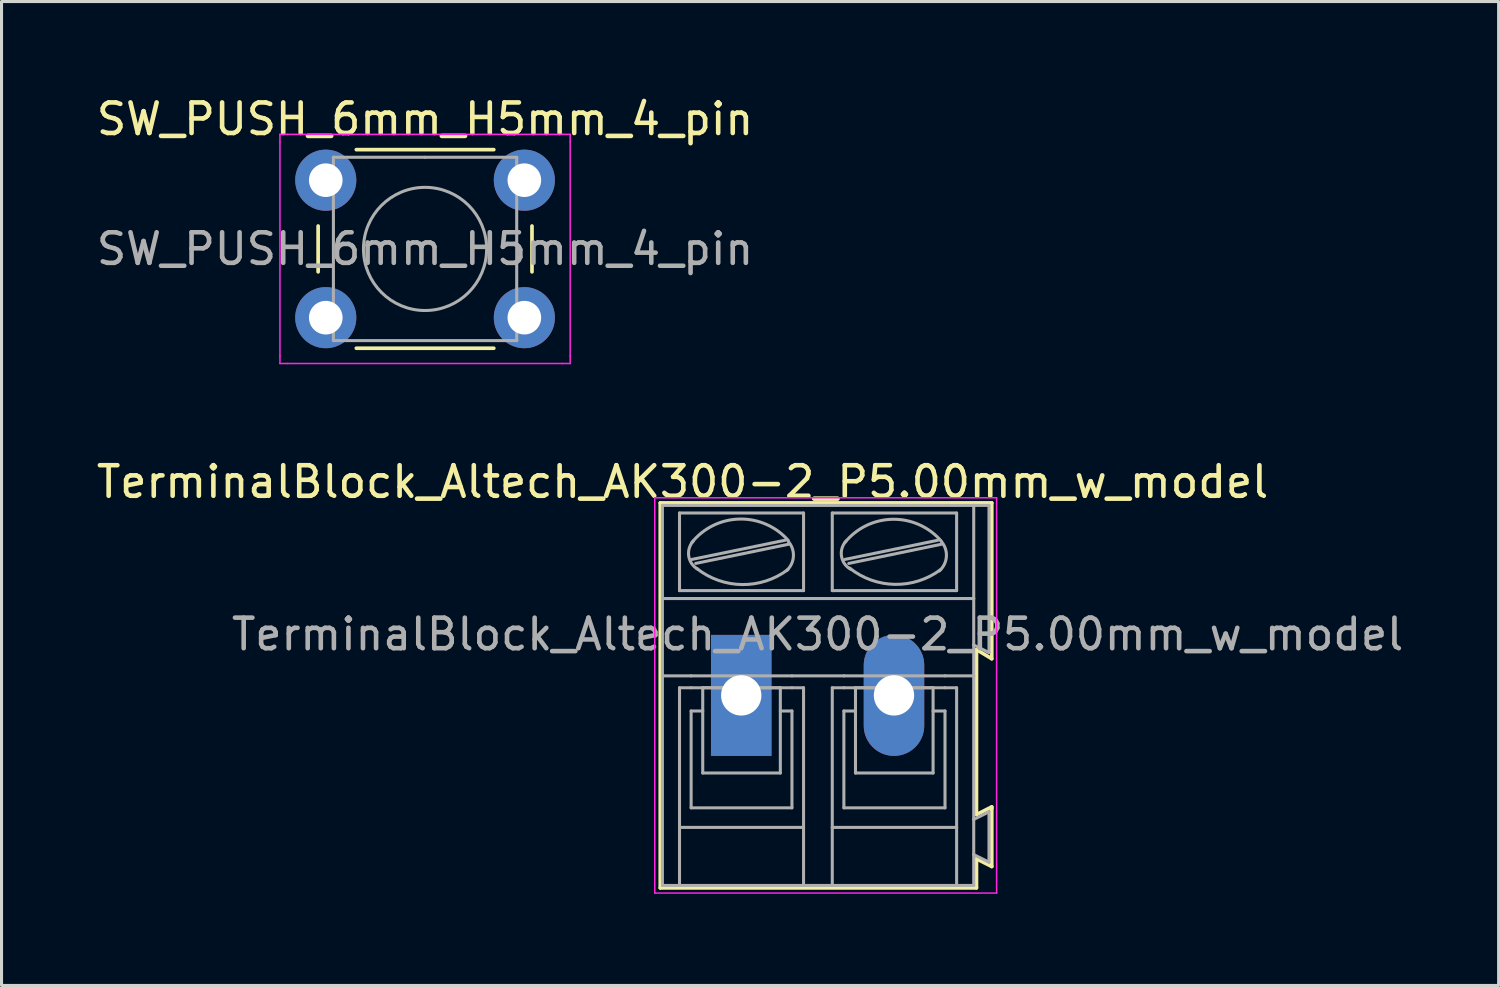
<source format=kicad_pcb>
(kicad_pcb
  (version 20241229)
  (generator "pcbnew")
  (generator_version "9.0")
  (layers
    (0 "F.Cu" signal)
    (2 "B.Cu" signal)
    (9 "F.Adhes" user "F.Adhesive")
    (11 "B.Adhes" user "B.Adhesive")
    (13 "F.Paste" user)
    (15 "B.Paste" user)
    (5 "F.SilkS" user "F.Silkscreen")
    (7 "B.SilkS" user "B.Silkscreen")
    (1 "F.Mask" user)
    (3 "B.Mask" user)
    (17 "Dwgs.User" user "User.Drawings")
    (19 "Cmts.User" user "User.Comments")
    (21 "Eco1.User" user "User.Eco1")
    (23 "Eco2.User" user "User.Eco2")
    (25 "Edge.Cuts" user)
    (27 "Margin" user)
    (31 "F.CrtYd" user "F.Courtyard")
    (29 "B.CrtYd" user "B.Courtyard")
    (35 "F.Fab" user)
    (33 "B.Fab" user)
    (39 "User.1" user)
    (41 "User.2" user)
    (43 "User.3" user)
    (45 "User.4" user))
  (footprint "SW_PUSH_6mm_H5mm_4_pin"
    (layer "F.Cu")
    (at 7.613 2.848)
    (property "Reference" "SW_PUSH_6mm_H5mm_4_pin" (at 3.25 -2 0) (layer "F.SilkS") (effects (font (size 1 1) (thickness 0.15))))
    (attr through_hole)
    (fp_line (start -0.25 1.5) (end -0.25 3) (stroke (width 0.12) (type solid)) (layer "F.SilkS"))
    (fp_line (start 1 5.5) (end 5.5 5.5) (stroke (width 0.12) (type solid)) (layer "F.SilkS"))
    (fp_line (start 5.5 -1) (end 1 -1) (stroke (width 0.12) (type solid)) (layer "F.SilkS"))
    (fp_line (start 6.75 3) (end 6.75 1.5) (stroke (width 0.12) (type solid)) (layer "F.SilkS"))
    (fp_line (start -1.5 -1.5) (end -1.25 -1.5) (stroke (width 0.05) (type solid)) (layer "F.CrtYd"))
    (fp_line (start -1.5 -1.25) (end -1.5 -1.5) (stroke (width 0.05) (type solid)) (layer "F.CrtYd"))
    (fp_line (start -1.5 5.75) (end -1.5 -1.25) (stroke (width 0.05) (type solid)) (layer "F.CrtYd"))
    (fp_line (start -1.5 5.75) (end -1.5 6) (stroke (width 0.05) (type solid)) (layer "F.CrtYd"))
    (fp_line (start -1.5 6) (end -1.25 6) (stroke (width 0.05) (type solid)) (layer "F.CrtYd"))
    (fp_line (start -1.25 -1.5) (end 7.75 -1.5) (stroke (width 0.05) (type solid)) (layer "F.CrtYd"))
    (fp_line (start 7.75 -1.5) (end 8 -1.5) (stroke (width 0.05) (type solid)) (layer "F.CrtYd"))
    (fp_line (start 7.75 6) (end -1.25 6) (stroke (width 0.05) (type solid)) (layer "F.CrtYd"))
    (fp_line (start 7.75 6) (end 8 6) (stroke (width 0.05) (type solid)) (layer "F.CrtYd"))
    (fp_line (start 8 -1.5) (end 8 -1.25) (stroke (width 0.05) (type solid)) (layer "F.CrtYd"))
    (fp_line (start 8 -1.25) (end 8 5.75) (stroke (width 0.05) (type solid)) (layer "F.CrtYd"))
    (fp_line (start 8 6) (end 8 5.75) (stroke (width 0.05) (type solid)) (layer "F.CrtYd"))
    (fp_line (start 0.25 -0.75) (end 3.25 -0.75) (stroke (width 0.1) (type solid)) (layer "F.Fab"))
    (fp_line (start 0.25 5.25) (end 0.25 -0.75) (stroke (width 0.1) (type solid)) (layer "F.Fab"))
    (fp_line (start 3.25 -0.75) (end 6.25 -0.75) (stroke (width 0.1) (type solid)) (layer "F.Fab"))
    (fp_line (start 6.25 -0.75) (end 6.25 5.25) (stroke (width 0.1) (type solid)) (layer "F.Fab"))
    (fp_line (start 6.25 5.25) (end 0.25 5.25) (stroke (width 0.1) (type solid)) (layer "F.Fab"))
    (fp_circle (center 3.25 2.25) (end 1.25 2.5) (stroke (width 0.1) (type solid)) (fill no) (layer "F.Fab"))
    (fp_text user "${REFERENCE}" (at 3.25 2.25 0) (layer "F.Fab") (effects (font (size 1 1) (thickness 0.15))))
    (pad "1" thru_hole circle (at 0 0 90) (size 2 2) (drill 1.1) (layers "*.Cu" "*.Mask"))
    (pad "2" thru_hole circle (at 6.5 0 90) (size 2 2) (drill 1.1) (layers "*.Cu" "*.Mask"))
    (pad "3" thru_hole circle (at 0 4.5 90) (size 2 2) (drill 1.1) (layers "*.Cu" "*.Mask"))
    (pad "4" thru_hole circle (at 6.5 4.5 90) (size 2 2) (drill 1.1) (layers "*.Cu" "*.Mask")))
  (footprint "TerminalBlock_Altech_AK300-2_P5.00mm_w_model"
    (layer "F.Cu")
    (at 21.212 19.712)
    (property "Reference" "TerminalBlock_Altech_AK300-2_P5.00mm_w_model" (at -1.92 -6.99 0) (layer "F.SilkS") (effects (font (size 1 1) (thickness 0.15))))
    (attr through_hole)
    (fp_line (start -2.65 -6.3) (end -2.65 6.3) (stroke (width 0.12) (type solid)) (layer "F.SilkS"))
    (fp_line (start -2.65 6.3) (end 7.7 6.3) (stroke (width 0.12) (type solid)) (layer "F.SilkS"))
    (fp_line (start 7.7 -1.5) (end 8.2 -1.2) (stroke (width 0.12) (type solid)) (layer "F.SilkS"))
    (fp_line (start 7.7 3.9) (end 7.7 -1.5) (stroke (width 0.12) (type solid)) (layer "F.SilkS"))
    (fp_line (start 7.7 5.35) (end 8.2 5.6) (stroke (width 0.12) (type solid)) (layer "F.SilkS"))
    (fp_line (start 7.7 6.3) (end 7.7 5.35) (stroke (width 0.12) (type solid)) (layer "F.SilkS"))
    (fp_line (start 8.2 -6.3) (end -2.65 -6.3) (stroke (width 0.12) (type solid)) (layer "F.SilkS"))
    (fp_line (start 8.2 -1.2) (end 8.2 -6.3) (stroke (width 0.12) (type solid)) (layer "F.SilkS"))
    (fp_line (start 8.2 3.65) (end 7.7 3.9) (stroke (width 0.12) (type solid)) (layer "F.SilkS"))
    (fp_line (start 8.2 3.7) (end 8.2 3.65) (stroke (width 0.12) (type solid)) (layer "F.SilkS"))
    (fp_line (start 8.2 5.6) (end 8.2 3.7) (stroke (width 0.12) (type solid)) (layer "F.SilkS"))
    (fp_line (start -2.83 -6.47) (end -2.83 6.47) (stroke (width 0.05) (type solid)) (layer "F.CrtYd"))
    (fp_line (start -2.83 -6.47) (end 8.36 -6.47) (stroke (width 0.05) (type solid)) (layer "F.CrtYd"))
    (fp_line (start 8.36 6.47) (end -2.83 6.47) (stroke (width 0.05) (type solid)) (layer "F.CrtYd"))
    (fp_line (start 8.36 6.47) (end 8.36 -6.47) (stroke (width 0.05) (type solid)) (layer "F.CrtYd"))
    (fp_line (start -2.58 -3.17) (end -2.58 -6.22) (stroke (width 0.1) (type solid)) (layer "F.Fab"))
    (fp_line (start -2.58 -3.17) (end 7.61 -3.17) (stroke (width 0.1) (type solid)) (layer "F.Fab"))
    (fp_line (start -2.58 -0.64) (end -2.58 -3.17) (stroke (width 0.1) (type solid)) (layer "F.Fab"))
    (fp_line (start -2.58 -0.64) (end -1.64 -0.64) (stroke (width 0.1) (type solid)) (layer "F.Fab"))
    (fp_line (start -2.58 6.22) (end -2.58 -0.64) (stroke (width 0.1) (type solid)) (layer "F.Fab"))
    (fp_line (start -2.58 6.22) (end -2.02 6.22) (stroke (width 0.1) (type solid)) (layer "F.Fab"))
    (fp_line (start -2.02 -3.43) (end -2.02 -5.97) (stroke (width 0.1) (type solid)) (layer "F.Fab"))
    (fp_line (start -2.02 -0.25) (end -2.02 4.32) (stroke (width 0.1) (type solid)) (layer "F.Fab"))
    (fp_line (start -2.02 -0.25) (end -1.64 -0.25) (stroke (width 0.1) (type solid)) (layer "F.Fab"))
    (fp_line (start -2.02 4.32) (end -2.02 6.22) (stroke (width 0.1) (type solid)) (layer "F.Fab"))
    (fp_line (start -2.02 6.22) (end 2.04 6.22) (stroke (width 0.1) (type solid)) (layer "F.Fab"))
    (fp_line (start -1.64 -0.64) (end 1.66 -0.64) (stroke (width 0.1) (type solid)) (layer "F.Fab"))
    (fp_line (start -1.64 0.51) (end -1.26 0.51) (stroke (width 0.1) (type solid)) (layer "F.Fab"))
    (fp_line (start -1.64 3.68) (end -1.64 0.51) (stroke (width 0.1) (type solid)) (layer "F.Fab"))
    (fp_line (start -1.62 -4.45) (end 1.44 -5.08) (stroke (width 0.1) (type solid)) (layer "F.Fab"))
    (fp_line (start -1.49 -4.32) (end 1.56 -4.95) (stroke (width 0.1) (type solid)) (layer "F.Fab"))
    (fp_line (start -1.26 -0.25) (end 1.28 -0.25) (stroke (width 0.1) (type solid)) (layer "F.Fab"))
    (fp_line (start -1.26 2.54) (end -1.26 -0.25) (stroke (width 0.1) (type solid)) (layer "F.Fab"))
    (fp_line (start -1.26 2.54) (end 1.28 2.54) (stroke (width 0.1) (type solid)) (layer "F.Fab"))
    (fp_line (start 1.28 2.54) (end 1.28 -0.25) (stroke (width 0.1) (type solid)) (layer "F.Fab"))
    (fp_line (start 1.66 -0.64) (end 3.36 -0.64) (stroke (width 0.1) (type solid)) (layer "F.Fab"))
    (fp_line (start 1.66 -0.25) (end -1.64 -0.25) (stroke (width 0.1) (type solid)) (layer "F.Fab"))
    (fp_line (start 1.66 0.51) (end 1.28 0.51) (stroke (width 0.1) (type solid)) (layer "F.Fab"))
    (fp_line (start 1.66 3.68) (end -1.64 3.68) (stroke (width 0.1) (type solid)) (layer "F.Fab"))
    (fp_line (start 1.66 3.68) (end 1.66 0.51) (stroke (width 0.1) (type solid)) (layer "F.Fab"))
    (fp_line (start 2.04 -5.97) (end -2.02 -5.97) (stroke (width 0.1) (type solid)) (layer "F.Fab"))
    (fp_line (start 2.04 -3.43) (end -2.02 -3.43) (stroke (width 0.1) (type solid)) (layer "F.Fab"))
    (fp_line (start 2.04 -3.43) (end 2.04 -5.97) (stroke (width 0.1) (type solid)) (layer "F.Fab"))
    (fp_line (start 2.04 -0.25) (end 1.66 -0.25) (stroke (width 0.1) (type solid)) (layer "F.Fab"))
    (fp_line (start 2.04 4.32) (end -2.02 4.32) (stroke (width 0.1) (type solid)) (layer "F.Fab"))
    (fp_line (start 2.04 4.32) (end 2.04 -0.25) (stroke (width 0.1) (type solid)) (layer "F.Fab"))
    (fp_line (start 2.04 6.22) (end 2.04 4.32) (stroke (width 0.1) (type solid)) (layer "F.Fab"))
    (fp_line (start 2.04 6.22) (end 2.98 6.22) (stroke (width 0.1) (type solid)) (layer "F.Fab"))
    (fp_line (start 2.98 -5.97) (end 7.05 -5.97) (stroke (width 0.1) (type solid)) (layer "F.Fab"))
    (fp_line (start 2.98 -3.43) (end 2.98 -5.97) (stroke (width 0.1) (type solid)) (layer "F.Fab"))
    (fp_line (start 2.98 -0.25) (end 3.36 -0.25) (stroke (width 0.1) (type solid)) (layer "F.Fab"))
    (fp_line (start 2.98 4.32) (end 2.98 -0.25) (stroke (width 0.1) (type solid)) (layer "F.Fab"))
    (fp_line (start 2.98 4.32) (end 7.05 4.32) (stroke (width 0.1) (type solid)) (layer "F.Fab"))
    (fp_line (start 2.98 6.22) (end 2.98 4.32) (stroke (width 0.1) (type solid)) (layer "F.Fab"))
    (fp_line (start 2.98 6.22) (end 7.05 6.22) (stroke (width 0.1) (type solid)) (layer "F.Fab"))
    (fp_line (start 3.36 -0.25) (end 6.67 -0.25) (stroke (width 0.1) (type solid)) (layer "F.Fab"))
    (fp_line (start 3.36 0.51) (end 3.74 0.51) (stroke (width 0.1) (type solid)) (layer "F.Fab"))
    (fp_line (start 3.36 3.68) (end 3.36 0.51) (stroke (width 0.1) (type solid)) (layer "F.Fab"))
    (fp_line (start 3.39 -4.45) (end 6.44 -5.08) (stroke (width 0.1) (type solid)) (layer "F.Fab"))
    (fp_line (start 3.52 -4.32) (end 6.56 -4.95) (stroke (width 0.1) (type solid)) (layer "F.Fab"))
    (fp_line (start 3.74 -0.25) (end 6.28 -0.25) (stroke (width 0.1) (type solid)) (layer "F.Fab"))
    (fp_line (start 3.74 2.54) (end 3.74 -0.25) (stroke (width 0.1) (type solid)) (layer "F.Fab"))
    (fp_line (start 3.74 2.54) (end 6.28 2.54) (stroke (width 0.1) (type solid)) (layer "F.Fab"))
    (fp_line (start 6.28 2.54) (end 6.28 -0.25) (stroke (width 0.1) (type solid)) (layer "F.Fab"))
    (fp_line (start 6.67 -0.64) (end 3.36 -0.64) (stroke (width 0.1) (type solid)) (layer "F.Fab"))
    (fp_line (start 6.67 0.51) (end 6.28 0.51) (stroke (width 0.1) (type solid)) (layer "F.Fab"))
    (fp_line (start 6.67 3.68) (end 3.36 3.68) (stroke (width 0.1) (type solid)) (layer "F.Fab"))
    (fp_line (start 6.67 3.68) (end 6.67 0.51) (stroke (width 0.1) (type solid)) (layer "F.Fab"))
    (fp_line (start 7.05 -5.97) (end 7.05 -3.43) (stroke (width 0.1) (type solid)) (layer "F.Fab"))
    (fp_line (start 7.05 -3.43) (end 2.98 -3.43) (stroke (width 0.1) (type solid)) (layer "F.Fab"))
    (fp_line (start 7.05 -0.25) (end 6.67 -0.25) (stroke (width 0.1) (type solid)) (layer "F.Fab"))
    (fp_line (start 7.05 -0.25) (end 7.05 4.32) (stroke (width 0.1) (type solid)) (layer "F.Fab"))
    (fp_line (start 7.05 4.32) (end 7.05 6.22) (stroke (width 0.1) (type solid)) (layer "F.Fab"))
    (fp_line (start 7.05 6.22) (end 7.61 6.22) (stroke (width 0.1) (type solid)) (layer "F.Fab"))
    (fp_line (start 7.61 -6.22) (end -2.58 -6.22) (stroke (width 0.1) (type solid)) (layer "F.Fab"))
    (fp_line (start 7.61 -6.22) (end 7.61 -3.17) (stroke (width 0.1) (type solid)) (layer "F.Fab"))
    (fp_line (start 7.61 -6.22) (end 8.11 -6.22) (stroke (width 0.1) (type solid)) (layer "F.Fab"))
    (fp_line (start 7.61 -3.17) (end 7.61 -1.65) (stroke (width 0.1) (type solid)) (layer "F.Fab"))
    (fp_line (start 7.61 -1.65) (end 7.61 -0.64) (stroke (width 0.1) (type solid)) (layer "F.Fab"))
    (fp_line (start 7.61 -0.64) (end 6.67 -0.64) (stroke (width 0.1) (type solid)) (layer "F.Fab"))
    (fp_line (start 7.61 -0.64) (end 7.61 4.06) (stroke (width 0.1) (type solid)) (layer "F.Fab"))
    (fp_line (start 7.61 4.06) (end 7.61 5.21) (stroke (width 0.1) (type solid)) (layer "F.Fab"))
    (fp_line (start 7.61 5.21) (end 7.61 6.22) (stroke (width 0.1) (type solid)) (layer "F.Fab"))
    (fp_line (start 8.11 -6.22) (end 8.11 -1.4) (stroke (width 0.1) (type solid)) (layer "F.Fab"))
    (fp_line (start 8.11 -1.4) (end 7.61 -1.65) (stroke (width 0.1) (type solid)) (layer "F.Fab"))
    (fp_line (start 8.11 3.81) (end 7.61 4.06) (stroke (width 0.1) (type solid)) (layer "F.Fab"))
    (fp_line (start 8.11 3.81) (end 8.11 5.46) (stroke (width 0.1) (type solid)) (layer "F.Fab"))
    (fp_line (start 8.11 5.46) (end 7.61 5.21) (stroke (width 0.1) (type solid)) (layer "F.Fab"))
    (fp_arc (start -1.62 -5) (mid -0.05669 -5.772528) (end 1.539976 -5.071534) (stroke (width 0.1) (type solid)) (layer "F.Fab"))
    (fp_arc (start -1.42 -4.13) (mid -1.718466 -4.559406) (end -1.562972 -5.058699) (stroke (width 0.1) (type solid)) (layer "F.Fab"))
    (fp_arc (start 1.53 -5.05) (mid 1.708693 -4.558754) (end 1.485619 -4.086005) (stroke (width 0.1) (type solid)) (layer "F.Fab"))
    (fp_arc (start 1.53 -4.12) (mid 0.02849 -3.628196) (end -1.459829 -4.158582) (stroke (width 0.1) (type solid)) (layer "F.Fab"))
    (fp_arc (start 3.39 -5) (mid 4.949737 -5.764867) (end 6.538239 -5.061686) (stroke (width 0.1) (type solid)) (layer "F.Fab"))
    (fp_arc (start 3.58 -4.13) (mid 3.281534 -4.559406) (end 3.437028 -5.058699) (stroke (width 0.1) (type solid)) (layer "F.Fab"))
    (fp_arc (start 6.53 -4.12) (mid 5.030583 -3.634318) (end 3.547667 -4.168263) (stroke (width 0.1) (type solid)) (layer "F.Fab"))
    (fp_arc (start 6.54 -5.05) (mid 6.715733 -4.551652) (end 6.485532 -4.076005) (stroke (width 0.1) (type solid)) (layer "F.Fab"))
    (fp_text user "${REFERENCE}" (at 2.5 -2 0) (layer "F.Fab") (effects (font (size 1 1) (thickness 0.15))))
    (pad "1" thru_hole rect (at 0 0) (size 1.98 3.96) (drill 1.32) (layers "*.Cu" "*.Mask"))
    (pad "2" thru_hole oval (at 5 0) (size 1.98 3.96) (drill 1.32) (layers "*.Cu" "*.Mask")))
  (gr_rect
    (start -3 -3)
    (end 46.003 29.206)
    (stroke (width 0.1) (type default))
    (fill no)
    (layer "Edge.Cuts")))
</source>
